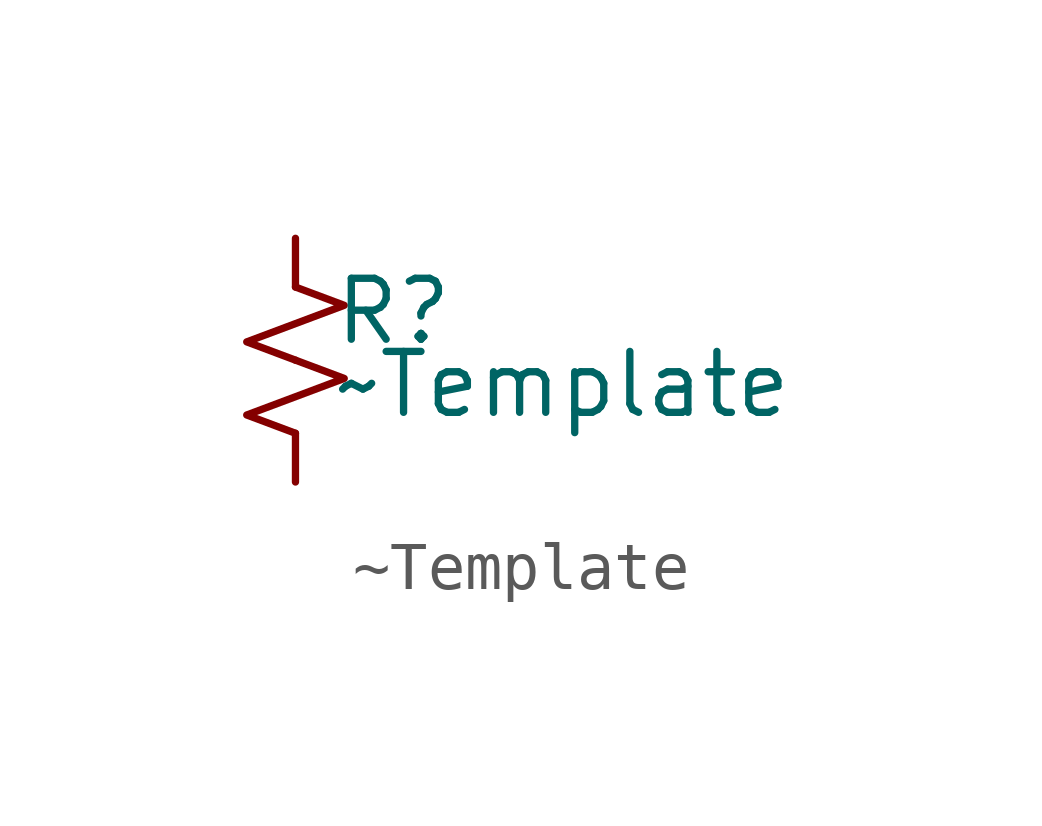
<source format=kicad_sym>
(kicad_symbol_lib
  (version 20241209)
  (generator "kicad-symlib-util")
  (generator_version "0.1.0")
  (symbol ~Template
    (pin_numbers
      (hide yes))
    (pin_names
      (offset 0.254)
      (hide yes))
    (property "Reference" "R"
      (at 0.762 1.016 0)
      (effects (font (size 1.27 1.27)) (justify left)))
    (property "Value" "~Template"
      (at 0.762 -0.508 0)
      (effects (font (size 1.27 1.27)) (justify left)))
    (symbol "~Template_1_1"
      (polyline (pts (xy 0 1.524) (xy 1.016 1.143) (xy 0 0.762) (xy -1.016 0.381) (xy 0 0)) (stroke (width 0) (type default)) (fill (type none)))
      (polyline (pts (xy 0 0) (xy 1.016 -0.381) (xy 0 -0.762) (xy -1.016 -1.143) (xy 0 -1.524)) (stroke (width 0) (type default)) (fill (type none)))
      (pin passive line (at 0 2.54 270) (length 1.016) (name "~" (effects (font (size 1.27 1.27)))) (number "1" (effects (font (size 1.27 1.27)))))
      (pin passive line (at 0 -2.54 90) (length 1.016) (name "~" (effects (font (size 1.27 1.27)))) (number "2" (effects (font (size 1.27 1.27))))))))
</source>
